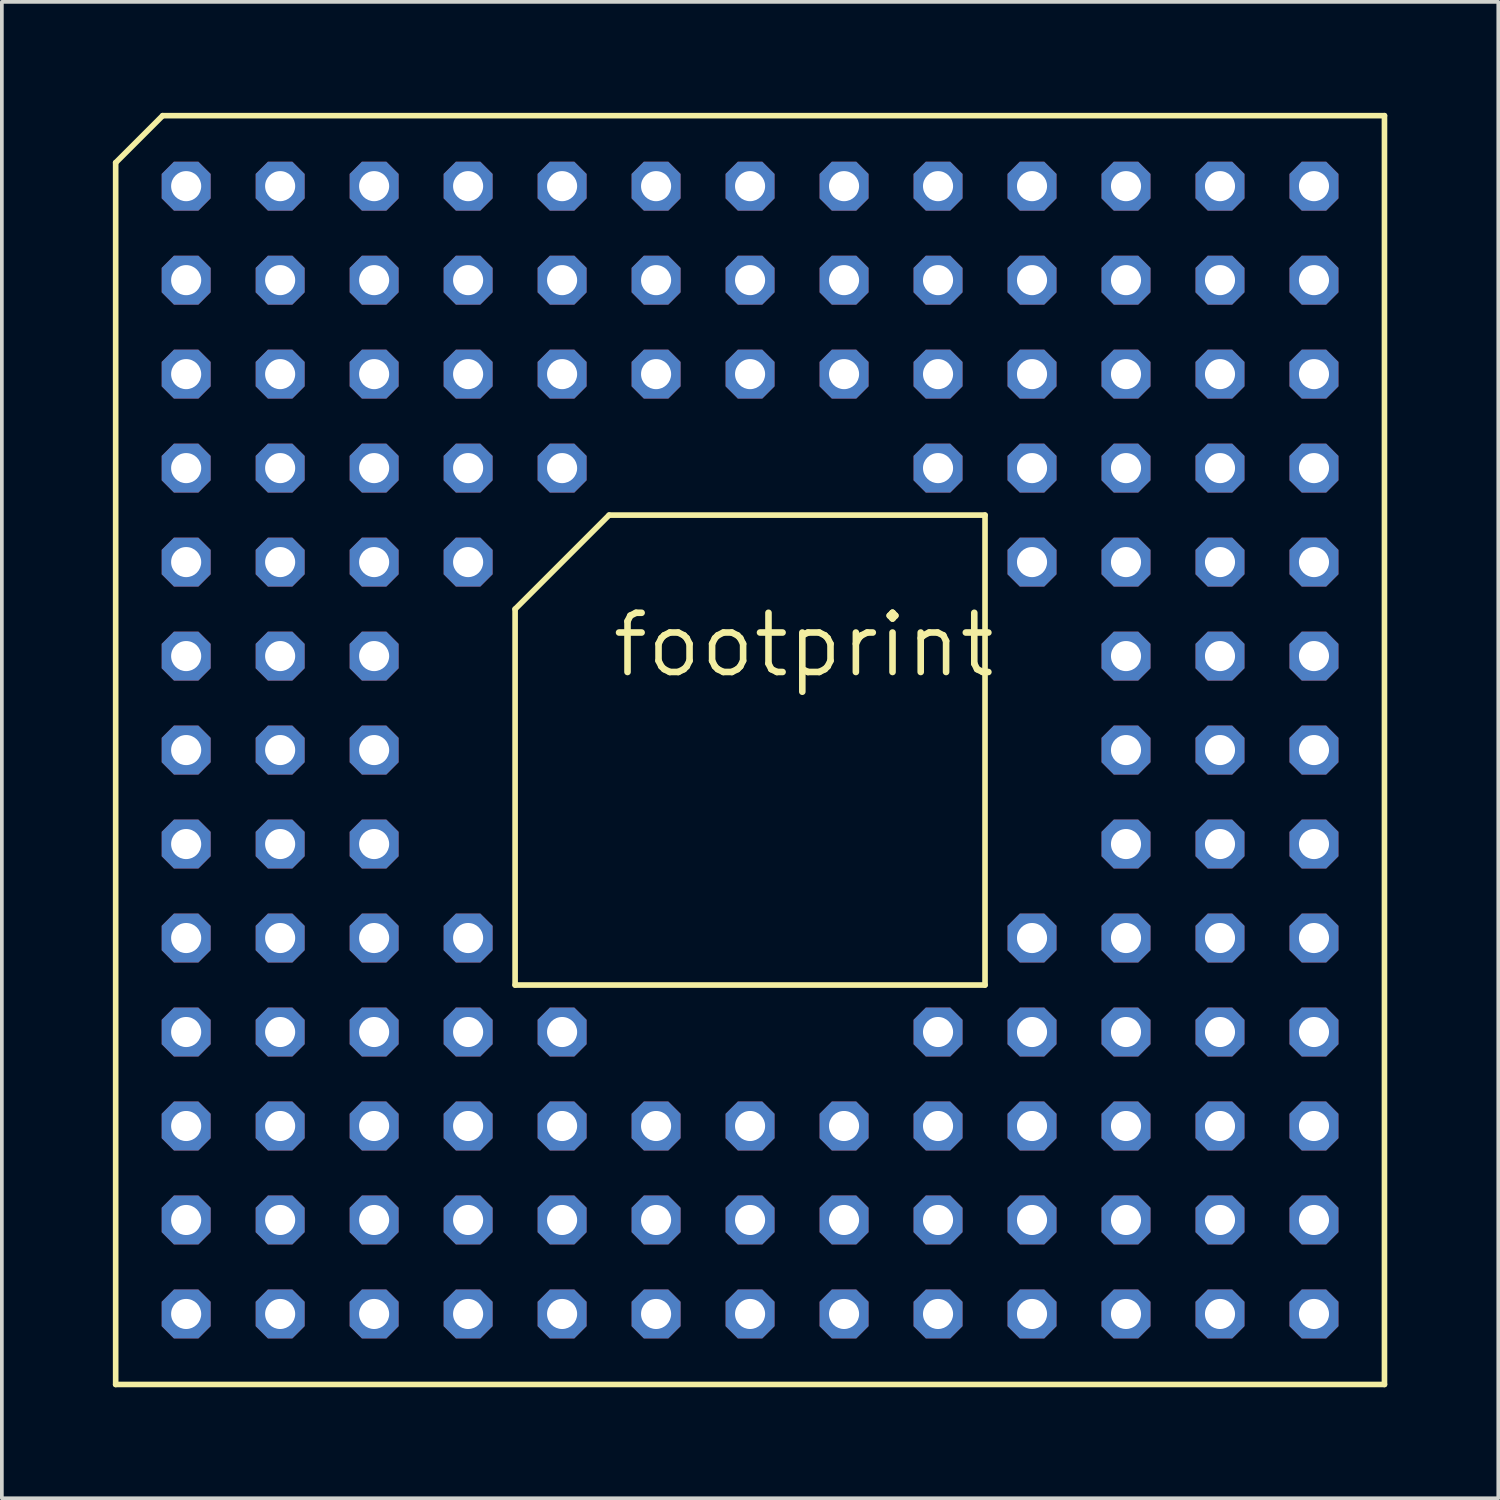
<source format=kicad_pcb>
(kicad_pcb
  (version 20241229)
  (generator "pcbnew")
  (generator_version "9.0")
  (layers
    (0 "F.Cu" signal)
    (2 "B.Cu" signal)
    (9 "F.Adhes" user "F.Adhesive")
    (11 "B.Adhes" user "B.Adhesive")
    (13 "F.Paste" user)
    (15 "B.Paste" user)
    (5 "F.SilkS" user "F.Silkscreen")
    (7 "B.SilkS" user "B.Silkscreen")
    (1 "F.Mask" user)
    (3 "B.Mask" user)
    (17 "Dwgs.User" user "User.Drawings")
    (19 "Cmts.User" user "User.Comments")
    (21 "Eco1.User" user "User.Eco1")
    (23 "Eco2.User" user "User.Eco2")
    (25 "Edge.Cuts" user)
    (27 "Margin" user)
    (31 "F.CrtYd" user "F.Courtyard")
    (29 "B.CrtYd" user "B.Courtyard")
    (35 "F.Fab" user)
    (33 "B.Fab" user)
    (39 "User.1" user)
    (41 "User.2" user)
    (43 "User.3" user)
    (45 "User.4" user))
  (footprint "footprint"
    (layer "F.Cu")
    (at 17.221 17.221)
    (property "Reference" "footprint" (at -3.81 -1.905 0) (layer "F.SilkS") (effects (font (size 1.6 1.6) (thickness 0.178)) (justify left bottom)))
    (fp_line (start -17.145 -15.875) (end -15.875 -17.145) (stroke (width 0.152) (type solid)) (layer "F.SilkS"))
    (fp_line (start -17.145 17.145) (end -17.145 -15.875) (stroke (width 0.152) (type solid)) (layer "F.SilkS"))
    (fp_line (start -15.875 -17.145) (end 17.145 -17.145) (stroke (width 0.152) (type solid)) (layer "F.SilkS"))
    (fp_line (start -6.35 -3.81) (end -6.35 6.35) (stroke (width 0.152) (type solid)) (layer "F.SilkS"))
    (fp_line (start -6.35 6.35) (end 6.35 6.35) (stroke (width 0.152) (type solid)) (layer "F.SilkS"))
    (fp_line (start -3.81 -6.35) (end -6.35 -3.81) (stroke (width 0.152) (type solid)) (layer "F.SilkS"))
    (fp_line (start 6.35 -6.35) (end -3.81 -6.35) (stroke (width 0.152) (type solid)) (layer "F.SilkS"))
    (fp_line (start 6.35 6.35) (end 6.35 -6.35) (stroke (width 0.152) (type solid)) (layer "F.SilkS"))
    (fp_line (start 17.145 -17.145) (end 17.145 17.145) (stroke (width 0.152) (type solid)) (layer "F.SilkS"))
    (fp_line (start 17.145 17.145) (end -17.145 17.145) (stroke (width 0.152) (type solid)) (layer "F.SilkS"))
    (pad "A01" thru_hole roundrect (at -15.24 -15.24 90) (size 1.321 1.321) (drill 0.813) (layers "*.Cu" "*.Mask") (roundrect_rratio 0.25) (chamfer_ratio 0.25) (chamfer top_left top_right bottom_left bottom_right))
    (pad "A02" thru_hole roundrect (at -12.7 -15.24 90) (size 1.321 1.321) (drill 0.813) (layers "*.Cu" "*.Mask") (roundrect_rratio 0.25) (chamfer_ratio 0.25) (chamfer top_left top_right bottom_left bottom_right))
    (pad "A03" thru_hole roundrect (at -10.16 -15.24 90) (size 1.321 1.321) (drill 0.813) (layers "*.Cu" "*.Mask") (roundrect_rratio 0.25) (chamfer_ratio 0.25) (chamfer top_left top_right bottom_left bottom_right))
    (pad "A04" thru_hole roundrect (at -7.62 -15.24 90) (size 1.321 1.321) (drill 0.813) (layers "*.Cu" "*.Mask") (roundrect_rratio 0.25) (chamfer_ratio 0.25) (chamfer top_left top_right bottom_left bottom_right))
    (pad "A05" thru_hole roundrect (at -5.08 -15.24 90) (size 1.321 1.321) (drill 0.813) (layers "*.Cu" "*.Mask") (roundrect_rratio 0.25) (chamfer_ratio 0.25) (chamfer top_left top_right bottom_left bottom_right))
    (pad "A06" thru_hole roundrect (at -2.54 -15.24 90) (size 1.321 1.321) (drill 0.813) (layers "*.Cu" "*.Mask") (roundrect_rratio 0.25) (chamfer_ratio 0.25) (chamfer top_left top_right bottom_left bottom_right))
    (pad "A07" thru_hole roundrect (at 0 -15.24 90) (size 1.321 1.321) (drill 0.813) (layers "*.Cu" "*.Mask") (roundrect_rratio 0.25) (chamfer_ratio 0.25) (chamfer top_left top_right bottom_left bottom_right))
    (pad "A08" thru_hole roundrect (at 2.54 -15.24 90) (size 1.321 1.321) (drill 0.813) (layers "*.Cu" "*.Mask") (roundrect_rratio 0.25) (chamfer_ratio 0.25) (chamfer top_left top_right bottom_left bottom_right))
    (pad "A09" thru_hole roundrect (at 5.08 -15.24 90) (size 1.321 1.321) (drill 0.813) (layers "*.Cu" "*.Mask") (roundrect_rratio 0.25) (chamfer_ratio 0.25) (chamfer top_left top_right bottom_left bottom_right))
    (pad "A10" thru_hole roundrect (at 7.62 -15.24 90) (size 1.321 1.321) (drill 0.813) (layers "*.Cu" "*.Mask") (roundrect_rratio 0.25) (chamfer_ratio 0.25) (chamfer top_left top_right bottom_left bottom_right))
    (pad "A11" thru_hole roundrect (at 10.16 -15.24 90) (size 1.321 1.321) (drill 0.813) (layers "*.Cu" "*.Mask") (roundrect_rratio 0.25) (chamfer_ratio 0.25) (chamfer top_left top_right bottom_left bottom_right))
    (pad "A12" thru_hole roundrect (at 12.7 -15.24 90) (size 1.321 1.321) (drill 0.813) (layers "*.Cu" "*.Mask") (roundrect_rratio 0.25) (chamfer_ratio 0.25) (chamfer top_left top_right bottom_left bottom_right))
    (pad "A13" thru_hole roundrect (at 15.24 -15.24 90) (size 1.321 1.321) (drill 0.813) (layers "*.Cu" "*.Mask") (roundrect_rratio 0.25) (chamfer_ratio 0.25) (chamfer top_left top_right bottom_left bottom_right))
    (pad "B01" thru_hole roundrect (at -15.24 -12.7 90) (size 1.321 1.321) (drill 0.813) (layers "*.Cu" "*.Mask") (roundrect_rratio 0.25) (chamfer_ratio 0.25) (chamfer top_left top_right bottom_left bottom_right))
    (pad "B02" thru_hole roundrect (at -12.7 -12.7 90) (size 1.321 1.321) (drill 0.813) (layers "*.Cu" "*.Mask") (roundrect_rratio 0.25) (chamfer_ratio 0.25) (chamfer top_left top_right bottom_left bottom_right))
    (pad "B03" thru_hole roundrect (at -10.16 -12.7 90) (size 1.321 1.321) (drill 0.813) (layers "*.Cu" "*.Mask") (roundrect_rratio 0.25) (chamfer_ratio 0.25) (chamfer top_left top_right bottom_left bottom_right))
    (pad "B04" thru_hole roundrect (at -7.62 -12.7 90) (size 1.321 1.321) (drill 0.813) (layers "*.Cu" "*.Mask") (roundrect_rratio 0.25) (chamfer_ratio 0.25) (chamfer top_left top_right bottom_left bottom_right))
    (pad "B05" thru_hole roundrect (at -5.08 -12.7 90) (size 1.321 1.321) (drill 0.813) (layers "*.Cu" "*.Mask") (roundrect_rratio 0.25) (chamfer_ratio 0.25) (chamfer top_left top_right bottom_left bottom_right))
    (pad "B06" thru_hole roundrect (at -2.54 -12.7 90) (size 1.321 1.321) (drill 0.813) (layers "*.Cu" "*.Mask") (roundrect_rratio 0.25) (chamfer_ratio 0.25) (chamfer top_left top_right bottom_left bottom_right))
    (pad "B07" thru_hole roundrect (at 0 -12.7 90) (size 1.321 1.321) (drill 0.813) (layers "*.Cu" "*.Mask") (roundrect_rratio 0.25) (chamfer_ratio 0.25) (chamfer top_left top_right bottom_left bottom_right))
    (pad "B08" thru_hole roundrect (at 2.54 -12.7 90) (size 1.321 1.321) (drill 0.813) (layers "*.Cu" "*.Mask") (roundrect_rratio 0.25) (chamfer_ratio 0.25) (chamfer top_left top_right bottom_left bottom_right))
    (pad "B09" thru_hole roundrect (at 5.08 -12.7 90) (size 1.321 1.321) (drill 0.813) (layers "*.Cu" "*.Mask") (roundrect_rratio 0.25) (chamfer_ratio 0.25) (chamfer top_left top_right bottom_left bottom_right))
    (pad "B10" thru_hole roundrect (at 7.62 -12.7 90) (size 1.321 1.321) (drill 0.813) (layers "*.Cu" "*.Mask") (roundrect_rratio 0.25) (chamfer_ratio 0.25) (chamfer top_left top_right bottom_left bottom_right))
    (pad "B11" thru_hole roundrect (at 10.16 -12.7 90) (size 1.321 1.321) (drill 0.813) (layers "*.Cu" "*.Mask") (roundrect_rratio 0.25) (chamfer_ratio 0.25) (chamfer top_left top_right bottom_left bottom_right))
    (pad "B12" thru_hole roundrect (at 12.7 -12.7 90) (size 1.321 1.321) (drill 0.813) (layers "*.Cu" "*.Mask") (roundrect_rratio 0.25) (chamfer_ratio 0.25) (chamfer top_left top_right bottom_left bottom_right))
    (pad "B13" thru_hole roundrect (at 15.24 -12.7 90) (size 1.321 1.321) (drill 0.813) (layers "*.Cu" "*.Mask") (roundrect_rratio 0.25) (chamfer_ratio 0.25) (chamfer top_left top_right bottom_left bottom_right))
    (pad "C01" thru_hole roundrect (at -15.24 -10.16 90) (size 1.321 1.321) (drill 0.813) (layers "*.Cu" "*.Mask") (roundrect_rratio 0.25) (chamfer_ratio 0.25) (chamfer top_left top_right bottom_left bottom_right))
    (pad "C02" thru_hole roundrect (at -12.7 -10.16 90) (size 1.321 1.321) (drill 0.813) (layers "*.Cu" "*.Mask") (roundrect_rratio 0.25) (chamfer_ratio 0.25) (chamfer top_left top_right bottom_left bottom_right))
    (pad "C03" thru_hole roundrect (at -10.16 -10.16 90) (size 1.321 1.321) (drill 0.813) (layers "*.Cu" "*.Mask") (roundrect_rratio 0.25) (chamfer_ratio 0.25) (chamfer top_left top_right bottom_left bottom_right))
    (pad "C04" thru_hole roundrect (at -7.62 -10.16 90) (size 1.321 1.321) (drill 0.813) (layers "*.Cu" "*.Mask") (roundrect_rratio 0.25) (chamfer_ratio 0.25) (chamfer top_left top_right bottom_left bottom_right))
    (pad "C05" thru_hole roundrect (at -5.08 -10.16 90) (size 1.321 1.321) (drill 0.813) (layers "*.Cu" "*.Mask") (roundrect_rratio 0.25) (chamfer_ratio 0.25) (chamfer top_left top_right bottom_left bottom_right))
    (pad "C06" thru_hole roundrect (at -2.54 -10.16 90) (size 1.321 1.321) (drill 0.813) (layers "*.Cu" "*.Mask") (roundrect_rratio 0.25) (chamfer_ratio 0.25) (chamfer top_left top_right bottom_left bottom_right))
    (pad "C07" thru_hole roundrect (at 0 -10.16 90) (size 1.321 1.321) (drill 0.813) (layers "*.Cu" "*.Mask") (roundrect_rratio 0.25) (chamfer_ratio 0.25) (chamfer top_left top_right bottom_left bottom_right))
    (pad "C08" thru_hole roundrect (at 2.54 -10.16 90) (size 1.321 1.321) (drill 0.813) (layers "*.Cu" "*.Mask") (roundrect_rratio 0.25) (chamfer_ratio 0.25) (chamfer top_left top_right bottom_left bottom_right))
    (pad "C09" thru_hole roundrect (at 5.08 -10.16 90) (size 1.321 1.321) (drill 0.813) (layers "*.Cu" "*.Mask") (roundrect_rratio 0.25) (chamfer_ratio 0.25) (chamfer top_left top_right bottom_left bottom_right))
    (pad "C10" thru_hole roundrect (at 7.62 -10.16 90) (size 1.321 1.321) (drill 0.813) (layers "*.Cu" "*.Mask") (roundrect_rratio 0.25) (chamfer_ratio 0.25) (chamfer top_left top_right bottom_left bottom_right))
    (pad "C11" thru_hole roundrect (at 10.16 -10.16 90) (size 1.321 1.321) (drill 0.813) (layers "*.Cu" "*.Mask") (roundrect_rratio 0.25) (chamfer_ratio 0.25) (chamfer top_left top_right bottom_left bottom_right))
    (pad "C12" thru_hole roundrect (at 12.7 -10.16 90) (size 1.321 1.321) (drill 0.813) (layers "*.Cu" "*.Mask") (roundrect_rratio 0.25) (chamfer_ratio 0.25) (chamfer top_left top_right bottom_left bottom_right))
    (pad "C13" thru_hole roundrect (at 15.24 -10.16 90) (size 1.321 1.321) (drill 0.813) (layers "*.Cu" "*.Mask") (roundrect_rratio 0.25) (chamfer_ratio 0.25) (chamfer top_left top_right bottom_left bottom_right))
    (pad "D01" thru_hole roundrect (at -15.24 -7.62 90) (size 1.321 1.321) (drill 0.813) (layers "*.Cu" "*.Mask") (roundrect_rratio 0.25) (chamfer_ratio 0.25) (chamfer top_left top_right bottom_left bottom_right))
    (pad "D02" thru_hole roundrect (at -12.7 -7.62 90) (size 1.321 1.321) (drill 0.813) (layers "*.Cu" "*.Mask") (roundrect_rratio 0.25) (chamfer_ratio 0.25) (chamfer top_left top_right bottom_left bottom_right))
    (pad "D03" thru_hole roundrect (at -10.16 -7.62 90) (size 1.321 1.321) (drill 0.813) (layers "*.Cu" "*.Mask") (roundrect_rratio 0.25) (chamfer_ratio 0.25) (chamfer top_left top_right bottom_left bottom_right))
    (pad "D04" thru_hole roundrect (at -7.62 -7.62 90) (size 1.321 1.321) (drill 0.813) (layers "*.Cu" "*.Mask") (roundrect_rratio 0.25) (chamfer_ratio 0.25) (chamfer top_left top_right bottom_left bottom_right))
    (pad "D05" thru_hole roundrect (at -5.08 -7.62 90) (size 1.321 1.321) (drill 0.813) (layers "*.Cu" "*.Mask") (roundrect_rratio 0.25) (chamfer_ratio 0.25) (chamfer top_left top_right bottom_left bottom_right))
    (pad "D09" thru_hole roundrect (at 5.08 -7.62 90) (size 1.321 1.321) (drill 0.813) (layers "*.Cu" "*.Mask") (roundrect_rratio 0.25) (chamfer_ratio 0.25) (chamfer top_left top_right bottom_left bottom_right))
    (pad "D10" thru_hole roundrect (at 7.62 -7.62 90) (size 1.321 1.321) (drill 0.813) (layers "*.Cu" "*.Mask") (roundrect_rratio 0.25) (chamfer_ratio 0.25) (chamfer top_left top_right bottom_left bottom_right))
    (pad "D11" thru_hole roundrect (at 10.16 -7.62 90) (size 1.321 1.321) (drill 0.813) (layers "*.Cu" "*.Mask") (roundrect_rratio 0.25) (chamfer_ratio 0.25) (chamfer top_left top_right bottom_left bottom_right))
    (pad "D12" thru_hole roundrect (at 12.7 -7.62 90) (size 1.321 1.321) (drill 0.813) (layers "*.Cu" "*.Mask") (roundrect_rratio 0.25) (chamfer_ratio 0.25) (chamfer top_left top_right bottom_left bottom_right))
    (pad "D13" thru_hole roundrect (at 15.24 -7.62 90) (size 1.321 1.321) (drill 0.813) (layers "*.Cu" "*.Mask") (roundrect_rratio 0.25) (chamfer_ratio 0.25) (chamfer top_left top_right bottom_left bottom_right))
    (pad "E01" thru_hole roundrect (at -15.24 -5.08 90) (size 1.321 1.321) (drill 0.813) (layers "*.Cu" "*.Mask") (roundrect_rratio 0.25) (chamfer_ratio 0.25) (chamfer top_left top_right bottom_left bottom_right))
    (pad "E02" thru_hole roundrect (at -12.7 -5.08 90) (size 1.321 1.321) (drill 0.813) (layers "*.Cu" "*.Mask") (roundrect_rratio 0.25) (chamfer_ratio 0.25) (chamfer top_left top_right bottom_left bottom_right))
    (pad "E03" thru_hole roundrect (at -10.16 -5.08 90) (size 1.321 1.321) (drill 0.813) (layers "*.Cu" "*.Mask") (roundrect_rratio 0.25) (chamfer_ratio 0.25) (chamfer top_left top_right bottom_left bottom_right))
    (pad "E04" thru_hole roundrect (at -7.62 -5.08 90) (size 1.321 1.321) (drill 0.813) (layers "*.Cu" "*.Mask") (roundrect_rratio 0.25) (chamfer_ratio 0.25) (chamfer top_left top_right bottom_left bottom_right))
    (pad "E10" thru_hole roundrect (at 7.62 -5.08 90) (size 1.321 1.321) (drill 0.813) (layers "*.Cu" "*.Mask") (roundrect_rratio 0.25) (chamfer_ratio 0.25) (chamfer top_left top_right bottom_left bottom_right))
    (pad "E11" thru_hole roundrect (at 10.16 -5.08 90) (size 1.321 1.321) (drill 0.813) (layers "*.Cu" "*.Mask") (roundrect_rratio 0.25) (chamfer_ratio 0.25) (chamfer top_left top_right bottom_left bottom_right))
    (pad "E12" thru_hole roundrect (at 12.7 -5.08 90) (size 1.321 1.321) (drill 0.813) (layers "*.Cu" "*.Mask") (roundrect_rratio 0.25) (chamfer_ratio 0.25) (chamfer top_left top_right bottom_left bottom_right))
    (pad "E13" thru_hole roundrect (at 15.24 -5.08 90) (size 1.321 1.321) (drill 0.813) (layers "*.Cu" "*.Mask") (roundrect_rratio 0.25) (chamfer_ratio 0.25) (chamfer top_left top_right bottom_left bottom_right))
    (pad "F01" thru_hole roundrect (at -15.24 -2.54 90) (size 1.321 1.321) (drill 0.813) (layers "*.Cu" "*.Mask") (roundrect_rratio 0.25) (chamfer_ratio 0.25) (chamfer top_left top_right bottom_left bottom_right))
    (pad "F02" thru_hole roundrect (at -12.7 -2.54 90) (size 1.321 1.321) (drill 0.813) (layers "*.Cu" "*.Mask") (roundrect_rratio 0.25) (chamfer_ratio 0.25) (chamfer top_left top_right bottom_left bottom_right))
    (pad "F03" thru_hole roundrect (at -10.16 -2.54 90) (size 1.321 1.321) (drill 0.813) (layers "*.Cu" "*.Mask") (roundrect_rratio 0.25) (chamfer_ratio 0.25) (chamfer top_left top_right bottom_left bottom_right))
    (pad "F11" thru_hole roundrect (at 10.16 -2.54 90) (size 1.321 1.321) (drill 0.813) (layers "*.Cu" "*.Mask") (roundrect_rratio 0.25) (chamfer_ratio 0.25) (chamfer top_left top_right bottom_left bottom_right))
    (pad "F12" thru_hole roundrect (at 12.7 -2.54 90) (size 1.321 1.321) (drill 0.813) (layers "*.Cu" "*.Mask") (roundrect_rratio 0.25) (chamfer_ratio 0.25) (chamfer top_left top_right bottom_left bottom_right))
    (pad "F13" thru_hole roundrect (at 15.24 -2.54 90) (size 1.321 1.321) (drill 0.813) (layers "*.Cu" "*.Mask") (roundrect_rratio 0.25) (chamfer_ratio 0.25) (chamfer top_left top_right bottom_left bottom_right))
    (pad "G01" thru_hole roundrect (at -15.24 0 90) (size 1.321 1.321) (drill 0.813) (layers "*.Cu" "*.Mask") (roundrect_rratio 0.25) (chamfer_ratio 0.25) (chamfer top_left top_right bottom_left bottom_right))
    (pad "G02" thru_hole roundrect (at -12.7 0 90) (size 1.321 1.321) (drill 0.813) (layers "*.Cu" "*.Mask") (roundrect_rratio 0.25) (chamfer_ratio 0.25) (chamfer top_left top_right bottom_left bottom_right))
    (pad "G03" thru_hole roundrect (at -10.16 0 90) (size 1.321 1.321) (drill 0.813) (layers "*.Cu" "*.Mask") (roundrect_rratio 0.25) (chamfer_ratio 0.25) (chamfer top_left top_right bottom_left bottom_right))
    (pad "G11" thru_hole roundrect (at 10.16 0 90) (size 1.321 1.321) (drill 0.813) (layers "*.Cu" "*.Mask") (roundrect_rratio 0.25) (chamfer_ratio 0.25) (chamfer top_left top_right bottom_left bottom_right))
    (pad "G12" thru_hole roundrect (at 12.7 0 90) (size 1.321 1.321) (drill 0.813) (layers "*.Cu" "*.Mask") (roundrect_rratio 0.25) (chamfer_ratio 0.25) (chamfer top_left top_right bottom_left bottom_right))
    (pad "G13" thru_hole roundrect (at 15.24 0 90) (size 1.321 1.321) (drill 0.813) (layers "*.Cu" "*.Mask") (roundrect_rratio 0.25) (chamfer_ratio 0.25) (chamfer top_left top_right bottom_left bottom_right))
    (pad "H01" thru_hole roundrect (at -15.24 2.54 90) (size 1.321 1.321) (drill 0.813) (layers "*.Cu" "*.Mask") (roundrect_rratio 0.25) (chamfer_ratio 0.25) (chamfer top_left top_right bottom_left bottom_right))
    (pad "H02" thru_hole roundrect (at -12.7 2.54 90) (size 1.321 1.321) (drill 0.813) (layers "*.Cu" "*.Mask") (roundrect_rratio 0.25) (chamfer_ratio 0.25) (chamfer top_left top_right bottom_left bottom_right))
    (pad "H03" thru_hole roundrect (at -10.16 2.54 90) (size 1.321 1.321) (drill 0.813) (layers "*.Cu" "*.Mask") (roundrect_rratio 0.25) (chamfer_ratio 0.25) (chamfer top_left top_right bottom_left bottom_right))
    (pad "H11" thru_hole roundrect (at 10.16 2.54 90) (size 1.321 1.321) (drill 0.813) (layers "*.Cu" "*.Mask") (roundrect_rratio 0.25) (chamfer_ratio 0.25) (chamfer top_left top_right bottom_left bottom_right))
    (pad "H12" thru_hole roundrect (at 12.7 2.54 90) (size 1.321 1.321) (drill 0.813) (layers "*.Cu" "*.Mask") (roundrect_rratio 0.25) (chamfer_ratio 0.25) (chamfer top_left top_right bottom_left bottom_right))
    (pad "H13" thru_hole roundrect (at 15.24 2.54 90) (size 1.321 1.321) (drill 0.813) (layers "*.Cu" "*.Mask") (roundrect_rratio 0.25) (chamfer_ratio 0.25) (chamfer top_left top_right bottom_left bottom_right))
    (pad "J01" thru_hole roundrect (at -15.24 5.08 90) (size 1.321 1.321) (drill 0.813) (layers "*.Cu" "*.Mask") (roundrect_rratio 0.25) (chamfer_ratio 0.25) (chamfer top_left top_right bottom_left bottom_right))
    (pad "J02" thru_hole roundrect (at -12.7 5.08 90) (size 1.321 1.321) (drill 0.813) (layers "*.Cu" "*.Mask") (roundrect_rratio 0.25) (chamfer_ratio 0.25) (chamfer top_left top_right bottom_left bottom_right))
    (pad "J03" thru_hole roundrect (at -10.16 5.08 90) (size 1.321 1.321) (drill 0.813) (layers "*.Cu" "*.Mask") (roundrect_rratio 0.25) (chamfer_ratio 0.25) (chamfer top_left top_right bottom_left bottom_right))
    (pad "J04" thru_hole roundrect (at -7.62 5.08 90) (size 1.321 1.321) (drill 0.813) (layers "*.Cu" "*.Mask") (roundrect_rratio 0.25) (chamfer_ratio 0.25) (chamfer top_left top_right bottom_left bottom_right))
    (pad "J10" thru_hole roundrect (at 7.62 5.08 90) (size 1.321 1.321) (drill 0.813) (layers "*.Cu" "*.Mask") (roundrect_rratio 0.25) (chamfer_ratio 0.25) (chamfer top_left top_right bottom_left bottom_right))
    (pad "J11" thru_hole roundrect (at 10.16 5.08 90) (size 1.321 1.321) (drill 0.813) (layers "*.Cu" "*.Mask") (roundrect_rratio 0.25) (chamfer_ratio 0.25) (chamfer top_left top_right bottom_left bottom_right))
    (pad "J12" thru_hole roundrect (at 12.7 5.08 90) (size 1.321 1.321) (drill 0.813) (layers "*.Cu" "*.Mask") (roundrect_rratio 0.25) (chamfer_ratio 0.25) (chamfer top_left top_right bottom_left bottom_right))
    (pad "J13" thru_hole roundrect (at 15.24 5.08 90) (size 1.321 1.321) (drill 0.813) (layers "*.Cu" "*.Mask") (roundrect_rratio 0.25) (chamfer_ratio 0.25) (chamfer top_left top_right bottom_left bottom_right))
    (pad "K01" thru_hole roundrect (at -15.24 7.62 90) (size 1.321 1.321) (drill 0.813) (layers "*.Cu" "*.Mask") (roundrect_rratio 0.25) (chamfer_ratio 0.25) (chamfer top_left top_right bottom_left bottom_right))
    (pad "K02" thru_hole roundrect (at -12.7 7.62 90) (size 1.321 1.321) (drill 0.813) (layers "*.Cu" "*.Mask") (roundrect_rratio 0.25) (chamfer_ratio 0.25) (chamfer top_left top_right bottom_left bottom_right))
    (pad "K03" thru_hole roundrect (at -10.16 7.62 90) (size 1.321 1.321) (drill 0.813) (layers "*.Cu" "*.Mask") (roundrect_rratio 0.25) (chamfer_ratio 0.25) (chamfer top_left top_right bottom_left bottom_right))
    (pad "K04" thru_hole roundrect (at -7.62 7.62 90) (size 1.321 1.321) (drill 0.813) (layers "*.Cu" "*.Mask") (roundrect_rratio 0.25) (chamfer_ratio 0.25) (chamfer top_left top_right bottom_left bottom_right))
    (pad "K05" thru_hole roundrect (at -5.08 7.62 90) (size 1.321 1.321) (drill 0.813) (layers "*.Cu" "*.Mask") (roundrect_rratio 0.25) (chamfer_ratio 0.25) (chamfer top_left top_right bottom_left bottom_right))
    (pad "K09" thru_hole roundrect (at 5.08 7.62 90) (size 1.321 1.321) (drill 0.813) (layers "*.Cu" "*.Mask") (roundrect_rratio 0.25) (chamfer_ratio 0.25) (chamfer top_left top_right bottom_left bottom_right))
    (pad "K10" thru_hole roundrect (at 7.62 7.62 90) (size 1.321 1.321) (drill 0.813) (layers "*.Cu" "*.Mask") (roundrect_rratio 0.25) (chamfer_ratio 0.25) (chamfer top_left top_right bottom_left bottom_right))
    (pad "K11" thru_hole roundrect (at 10.16 7.62 90) (size 1.321 1.321) (drill 0.813) (layers "*.Cu" "*.Mask") (roundrect_rratio 0.25) (chamfer_ratio 0.25) (chamfer top_left top_right bottom_left bottom_right))
    (pad "K12" thru_hole roundrect (at 12.7 7.62 90) (size 1.321 1.321) (drill 0.813) (layers "*.Cu" "*.Mask") (roundrect_rratio 0.25) (chamfer_ratio 0.25) (chamfer top_left top_right bottom_left bottom_right))
    (pad "K13" thru_hole roundrect (at 15.24 7.62 90) (size 1.321 1.321) (drill 0.813) (layers "*.Cu" "*.Mask") (roundrect_rratio 0.25) (chamfer_ratio 0.25) (chamfer top_left top_right bottom_left bottom_right))
    (pad "L01" thru_hole roundrect (at -15.24 10.16 90) (size 1.321 1.321) (drill 0.813) (layers "*.Cu" "*.Mask") (roundrect_rratio 0.25) (chamfer_ratio 0.25) (chamfer top_left top_right bottom_left bottom_right))
    (pad "L02" thru_hole roundrect (at -12.7 10.16 90) (size 1.321 1.321) (drill 0.813) (layers "*.Cu" "*.Mask") (roundrect_rratio 0.25) (chamfer_ratio 0.25) (chamfer top_left top_right bottom_left bottom_right))
    (pad "L03" thru_hole roundrect (at -10.16 10.16 90) (size 1.321 1.321) (drill 0.813) (layers "*.Cu" "*.Mask") (roundrect_rratio 0.25) (chamfer_ratio 0.25) (chamfer top_left top_right bottom_left bottom_right))
    (pad "L04" thru_hole roundrect (at -7.62 10.16 90) (size 1.321 1.321) (drill 0.813) (layers "*.Cu" "*.Mask") (roundrect_rratio 0.25) (chamfer_ratio 0.25) (chamfer top_left top_right bottom_left bottom_right))
    (pad "L05" thru_hole roundrect (at -5.08 10.16 90) (size 1.321 1.321) (drill 0.813) (layers "*.Cu" "*.Mask") (roundrect_rratio 0.25) (chamfer_ratio 0.25) (chamfer top_left top_right bottom_left bottom_right))
    (pad "L06" thru_hole roundrect (at -2.54 10.16 90) (size 1.321 1.321) (drill 0.813) (layers "*.Cu" "*.Mask") (roundrect_rratio 0.25) (chamfer_ratio 0.25) (chamfer top_left top_right bottom_left bottom_right))
    (pad "L07" thru_hole roundrect (at 0 10.16 90) (size 1.321 1.321) (drill 0.813) (layers "*.Cu" "*.Mask") (roundrect_rratio 0.25) (chamfer_ratio 0.25) (chamfer top_left top_right bottom_left bottom_right))
    (pad "L08" thru_hole roundrect (at 2.54 10.16 90) (size 1.321 1.321) (drill 0.813) (layers "*.Cu" "*.Mask") (roundrect_rratio 0.25) (chamfer_ratio 0.25) (chamfer top_left top_right bottom_left bottom_right))
    (pad "L09" thru_hole roundrect (at 5.08 10.16 90) (size 1.321 1.321) (drill 0.813) (layers "*.Cu" "*.Mask") (roundrect_rratio 0.25) (chamfer_ratio 0.25) (chamfer top_left top_right bottom_left bottom_right))
    (pad "L10" thru_hole roundrect (at 7.62 10.16 90) (size 1.321 1.321) (drill 0.813) (layers "*.Cu" "*.Mask") (roundrect_rratio 0.25) (chamfer_ratio 0.25) (chamfer top_left top_right bottom_left bottom_right))
    (pad "L11" thru_hole roundrect (at 10.16 10.16 90) (size 1.321 1.321) (drill 0.813) (layers "*.Cu" "*.Mask") (roundrect_rratio 0.25) (chamfer_ratio 0.25) (chamfer top_left top_right bottom_left bottom_right))
    (pad "L12" thru_hole roundrect (at 12.7 10.16 90) (size 1.321 1.321) (drill 0.813) (layers "*.Cu" "*.Mask") (roundrect_rratio 0.25) (chamfer_ratio 0.25) (chamfer top_left top_right bottom_left bottom_right))
    (pad "L13" thru_hole roundrect (at 15.24 10.16 90) (size 1.321 1.321) (drill 0.813) (layers "*.Cu" "*.Mask") (roundrect_rratio 0.25) (chamfer_ratio 0.25) (chamfer top_left top_right bottom_left bottom_right))
    (pad "M01" thru_hole roundrect (at -15.24 12.7 90) (size 1.321 1.321) (drill 0.813) (layers "*.Cu" "*.Mask") (roundrect_rratio 0.25) (chamfer_ratio 0.25) (chamfer top_left top_right bottom_left bottom_right))
    (pad "M02" thru_hole roundrect (at -12.7 12.7 90) (size 1.321 1.321) (drill 0.813) (layers "*.Cu" "*.Mask") (roundrect_rratio 0.25) (chamfer_ratio 0.25) (chamfer top_left top_right bottom_left bottom_right))
    (pad "M03" thru_hole roundrect (at -10.16 12.7 90) (size 1.321 1.321) (drill 0.813) (layers "*.Cu" "*.Mask") (roundrect_rratio 0.25) (chamfer_ratio 0.25) (chamfer top_left top_right bottom_left bottom_right))
    (pad "M04" thru_hole roundrect (at -7.62 12.7 90) (size 1.321 1.321) (drill 0.813) (layers "*.Cu" "*.Mask") (roundrect_rratio 0.25) (chamfer_ratio 0.25) (chamfer top_left top_right bottom_left bottom_right))
    (pad "M05" thru_hole roundrect (at -5.08 12.7 90) (size 1.321 1.321) (drill 0.813) (layers "*.Cu" "*.Mask") (roundrect_rratio 0.25) (chamfer_ratio 0.25) (chamfer top_left top_right bottom_left bottom_right))
    (pad "M06" thru_hole roundrect (at -2.54 12.7 90) (size 1.321 1.321) (drill 0.813) (layers "*.Cu" "*.Mask") (roundrect_rratio 0.25) (chamfer_ratio 0.25) (chamfer top_left top_right bottom_left bottom_right))
    (pad "M07" thru_hole roundrect (at 0 12.7 90) (size 1.321 1.321) (drill 0.813) (layers "*.Cu" "*.Mask") (roundrect_rratio 0.25) (chamfer_ratio 0.25) (chamfer top_left top_right bottom_left bottom_right))
    (pad "M08" thru_hole roundrect (at 2.54 12.7 90) (size 1.321 1.321) (drill 0.813) (layers "*.Cu" "*.Mask") (roundrect_rratio 0.25) (chamfer_ratio 0.25) (chamfer top_left top_right bottom_left bottom_right))
    (pad "M09" thru_hole roundrect (at 5.08 12.7 90) (size 1.321 1.321) (drill 0.813) (layers "*.Cu" "*.Mask") (roundrect_rratio 0.25) (chamfer_ratio 0.25) (chamfer top_left top_right bottom_left bottom_right))
    (pad "M10" thru_hole roundrect (at 7.62 12.7 90) (size 1.321 1.321) (drill 0.813) (layers "*.Cu" "*.Mask") (roundrect_rratio 0.25) (chamfer_ratio 0.25) (chamfer top_left top_right bottom_left bottom_right))
    (pad "M11" thru_hole roundrect (at 10.16 12.7 90) (size 1.321 1.321) (drill 0.813) (layers "*.Cu" "*.Mask") (roundrect_rratio 0.25) (chamfer_ratio 0.25) (chamfer top_left top_right bottom_left bottom_right))
    (pad "M12" thru_hole roundrect (at 12.7 12.7 90) (size 1.321 1.321) (drill 0.813) (layers "*.Cu" "*.Mask") (roundrect_rratio 0.25) (chamfer_ratio 0.25) (chamfer top_left top_right bottom_left bottom_right))
    (pad "M13" thru_hole roundrect (at 15.24 12.7 90) (size 1.321 1.321) (drill 0.813) (layers "*.Cu" "*.Mask") (roundrect_rratio 0.25) (chamfer_ratio 0.25) (chamfer top_left top_right bottom_left bottom_right))
    (pad "N01" thru_hole roundrect (at -15.24 15.24 90) (size 1.321 1.321) (drill 0.813) (layers "*.Cu" "*.Mask") (roundrect_rratio 0.25) (chamfer_ratio 0.25) (chamfer top_left top_right bottom_left bottom_right))
    (pad "N02" thru_hole roundrect (at -12.7 15.24 90) (size 1.321 1.321) (drill 0.813) (layers "*.Cu" "*.Mask") (roundrect_rratio 0.25) (chamfer_ratio 0.25) (chamfer top_left top_right bottom_left bottom_right))
    (pad "N03" thru_hole roundrect (at -10.16 15.24 90) (size 1.321 1.321) (drill 0.813) (layers "*.Cu" "*.Mask") (roundrect_rratio 0.25) (chamfer_ratio 0.25) (chamfer top_left top_right bottom_left bottom_right))
    (pad "N04" thru_hole roundrect (at -7.62 15.24 90) (size 1.321 1.321) (drill 0.813) (layers "*.Cu" "*.Mask") (roundrect_rratio 0.25) (chamfer_ratio 0.25) (chamfer top_left top_right bottom_left bottom_right))
    (pad "N05" thru_hole roundrect (at -5.08 15.24 90) (size 1.321 1.321) (drill 0.813) (layers "*.Cu" "*.Mask") (roundrect_rratio 0.25) (chamfer_ratio 0.25) (chamfer top_left top_right bottom_left bottom_right))
    (pad "N06" thru_hole roundrect (at -2.54 15.24 90) (size 1.321 1.321) (drill 0.813) (layers "*.Cu" "*.Mask") (roundrect_rratio 0.25) (chamfer_ratio 0.25) (chamfer top_left top_right bottom_left bottom_right))
    (pad "N07" thru_hole roundrect (at 0 15.24 90) (size 1.321 1.321) (drill 0.813) (layers "*.Cu" "*.Mask") (roundrect_rratio 0.25) (chamfer_ratio 0.25) (chamfer top_left top_right bottom_left bottom_right))
    (pad "N08" thru_hole roundrect (at 2.54 15.24 90) (size 1.321 1.321) (drill 0.813) (layers "*.Cu" "*.Mask") (roundrect_rratio 0.25) (chamfer_ratio 0.25) (chamfer top_left top_right bottom_left bottom_right))
    (pad "N09" thru_hole roundrect (at 5.08 15.24 90) (size 1.321 1.321) (drill 0.813) (layers "*.Cu" "*.Mask") (roundrect_rratio 0.25) (chamfer_ratio 0.25) (chamfer top_left top_right bottom_left bottom_right))
    (pad "N10" thru_hole roundrect (at 7.62 15.24 90) (size 1.321 1.321) (drill 0.813) (layers "*.Cu" "*.Mask") (roundrect_rratio 0.25) (chamfer_ratio 0.25) (chamfer top_left top_right bottom_left bottom_right))
    (pad "N11" thru_hole roundrect (at 10.16 15.24 90) (size 1.321 1.321) (drill 0.813) (layers "*.Cu" "*.Mask") (roundrect_rratio 0.25) (chamfer_ratio 0.25) (chamfer top_left top_right bottom_left bottom_right))
    (pad "N12" thru_hole roundrect (at 12.7 15.24 90) (size 1.321 1.321) (drill 0.813) (layers "*.Cu" "*.Mask") (roundrect_rratio 0.25) (chamfer_ratio 0.25) (chamfer top_left top_right bottom_left bottom_right))
    (pad "N13" thru_hole roundrect (at 15.24 15.24 90) (size 1.321 1.321) (drill 0.813) (layers "*.Cu" "*.Mask") (roundrect_rratio 0.25) (chamfer_ratio 0.25) (chamfer top_left top_right bottom_left bottom_right)))
  (gr_rect
    (start -3 -3)
    (end 37.442 37.442)
    (stroke (width 0.1) (type default))
    (fill no)
    (layer "Edge.Cuts")))
</source>
